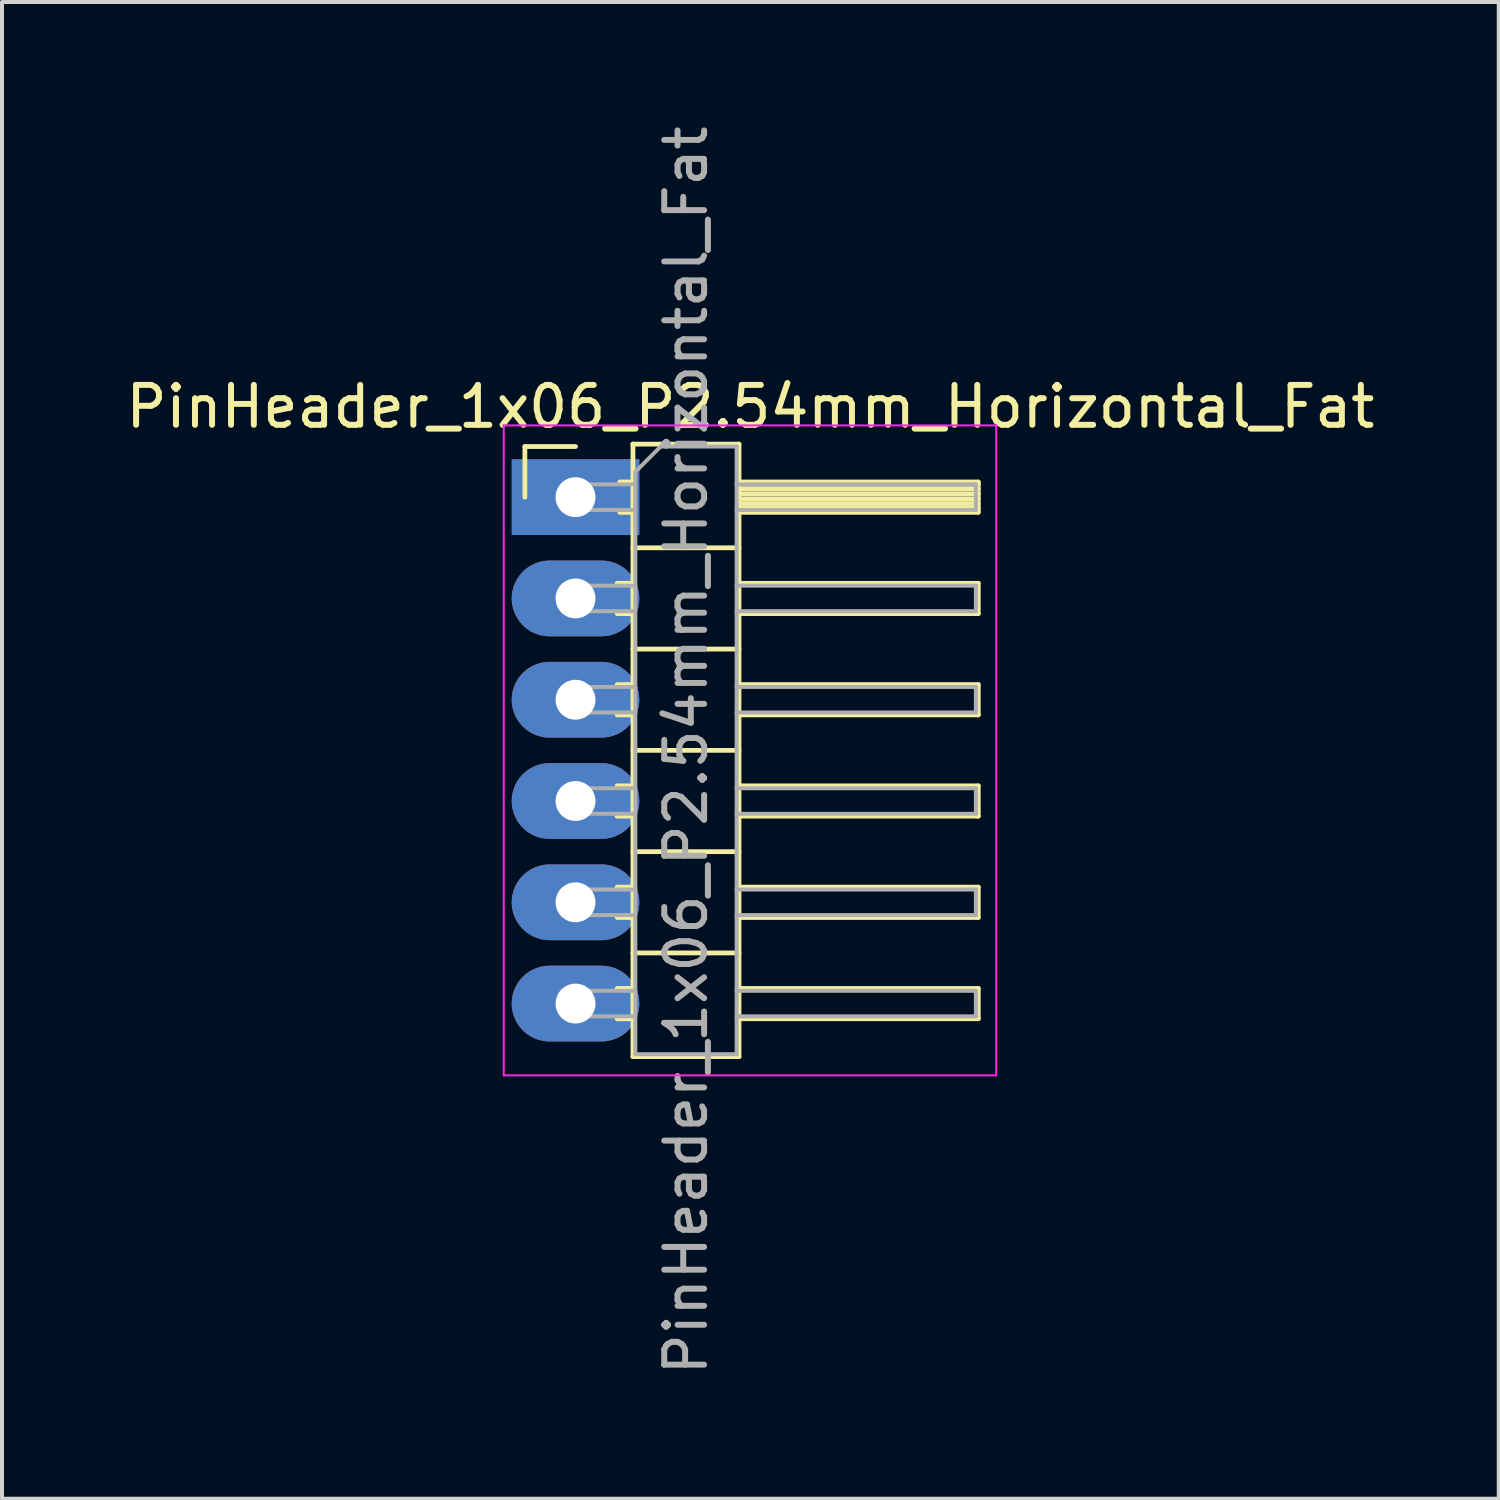
<source format=kicad_pcb>
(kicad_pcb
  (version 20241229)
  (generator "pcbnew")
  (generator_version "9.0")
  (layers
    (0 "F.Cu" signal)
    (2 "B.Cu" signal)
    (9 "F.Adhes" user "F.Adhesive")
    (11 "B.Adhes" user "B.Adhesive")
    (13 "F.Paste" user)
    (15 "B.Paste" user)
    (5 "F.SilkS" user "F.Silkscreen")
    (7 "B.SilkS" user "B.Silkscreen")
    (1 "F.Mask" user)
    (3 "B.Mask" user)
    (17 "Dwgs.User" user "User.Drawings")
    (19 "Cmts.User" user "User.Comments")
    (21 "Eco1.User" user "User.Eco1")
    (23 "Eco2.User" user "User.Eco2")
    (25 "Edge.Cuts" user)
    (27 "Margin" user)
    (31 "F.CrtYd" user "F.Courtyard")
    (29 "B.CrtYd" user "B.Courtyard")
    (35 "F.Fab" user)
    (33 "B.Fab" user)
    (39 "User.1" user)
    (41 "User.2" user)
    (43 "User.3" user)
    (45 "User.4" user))
  (footprint "PinHeader_1x06_P2.54mm_Horizontal_Fat"
    (layer "F.Cu")
    (at 11.383 9.418)
    (property "Reference" "PinHeader_1x06_P2.54mm_Horizontal_Fat" (at 4.385 -2.27 180) (layer "F.SilkS") (effects (font (size 1 1) (thickness 0.15))))
    (attr through_hole)
    (fp_line (start -1.27 -1.27) (end 0 -1.27) (stroke (width 0.12) (type solid)) (layer "F.SilkS"))
    (fp_line (start -1.27 0) (end -1.27 -1.27) (stroke (width 0.12) (type solid)) (layer "F.SilkS"))
    (fp_line (start 1.043 2.16) (end 1.44 2.16) (stroke (width 0.12) (type solid)) (layer "F.SilkS"))
    (fp_line (start 1.043 2.92) (end 1.44 2.92) (stroke (width 0.12) (type solid)) (layer "F.SilkS"))
    (fp_line (start 1.043 4.7) (end 1.44 4.7) (stroke (width 0.12) (type solid)) (layer "F.SilkS"))
    (fp_line (start 1.043 5.46) (end 1.44 5.46) (stroke (width 0.12) (type solid)) (layer "F.SilkS"))
    (fp_line (start 1.043 7.24) (end 1.44 7.24) (stroke (width 0.12) (type solid)) (layer "F.SilkS"))
    (fp_line (start 1.043 8) (end 1.44 8) (stroke (width 0.12) (type solid)) (layer "F.SilkS"))
    (fp_line (start 1.043 9.78) (end 1.44 9.78) (stroke (width 0.12) (type solid)) (layer "F.SilkS"))
    (fp_line (start 1.043 10.54) (end 1.44 10.54) (stroke (width 0.12) (type solid)) (layer "F.SilkS"))
    (fp_line (start 1.043 12.32) (end 1.44 12.32) (stroke (width 0.12) (type solid)) (layer "F.SilkS"))
    (fp_line (start 1.043 13.08) (end 1.44 13.08) (stroke (width 0.12) (type solid)) (layer "F.SilkS"))
    (fp_line (start 1.11 -0.38) (end 1.44 -0.38) (stroke (width 0.12) (type solid)) (layer "F.SilkS"))
    (fp_line (start 1.11 0.38) (end 1.44 0.38) (stroke (width 0.12) (type solid)) (layer "F.SilkS"))
    (fp_line (start 1.44 -1.33) (end 1.44 14.03) (stroke (width 0.12) (type solid)) (layer "F.SilkS"))
    (fp_line (start 1.44 1.27) (end 4.1 1.27) (stroke (width 0.12) (type solid)) (layer "F.SilkS"))
    (fp_line (start 1.44 3.81) (end 4.1 3.81) (stroke (width 0.12) (type solid)) (layer "F.SilkS"))
    (fp_line (start 1.44 6.35) (end 4.1 6.35) (stroke (width 0.12) (type solid)) (layer "F.SilkS"))
    (fp_line (start 1.44 8.89) (end 4.1 8.89) (stroke (width 0.12) (type solid)) (layer "F.SilkS"))
    (fp_line (start 1.44 11.43) (end 4.1 11.43) (stroke (width 0.12) (type solid)) (layer "F.SilkS"))
    (fp_line (start 1.44 14.03) (end 4.1 14.03) (stroke (width 0.12) (type solid)) (layer "F.SilkS"))
    (fp_line (start 4.1 -1.33) (end 1.44 -1.33) (stroke (width 0.12) (type solid)) (layer "F.SilkS"))
    (fp_line (start 4.1 -0.38) (end 10.1 -0.38) (stroke (width 0.12) (type solid)) (layer "F.SilkS"))
    (fp_line (start 4.1 -0.32) (end 10.1 -0.32) (stroke (width 0.12) (type solid)) (layer "F.SilkS"))
    (fp_line (start 4.1 -0.2) (end 10.1 -0.2) (stroke (width 0.12) (type solid)) (layer "F.SilkS"))
    (fp_line (start 4.1 -0.08) (end 10.1 -0.08) (stroke (width 0.12) (type solid)) (layer "F.SilkS"))
    (fp_line (start 4.1 0.04) (end 10.1 0.04) (stroke (width 0.12) (type solid)) (layer "F.SilkS"))
    (fp_line (start 4.1 0.16) (end 10.1 0.16) (stroke (width 0.12) (type solid)) (layer "F.SilkS"))
    (fp_line (start 4.1 0.28) (end 10.1 0.28) (stroke (width 0.12) (type solid)) (layer "F.SilkS"))
    (fp_line (start 4.1 2.16) (end 10.1 2.16) (stroke (width 0.12) (type solid)) (layer "F.SilkS"))
    (fp_line (start 4.1 4.7) (end 10.1 4.7) (stroke (width 0.12) (type solid)) (layer "F.SilkS"))
    (fp_line (start 4.1 7.24) (end 10.1 7.24) (stroke (width 0.12) (type solid)) (layer "F.SilkS"))
    (fp_line (start 4.1 9.78) (end 10.1 9.78) (stroke (width 0.12) (type solid)) (layer "F.SilkS"))
    (fp_line (start 4.1 12.32) (end 10.1 12.32) (stroke (width 0.12) (type solid)) (layer "F.SilkS"))
    (fp_line (start 4.1 14.03) (end 4.1 -1.33) (stroke (width 0.12) (type solid)) (layer "F.SilkS"))
    (fp_line (start 10.1 -0.38) (end 10.1 0.38) (stroke (width 0.12) (type solid)) (layer "F.SilkS"))
    (fp_line (start 10.1 0.38) (end 4.1 0.38) (stroke (width 0.12) (type solid)) (layer "F.SilkS"))
    (fp_line (start 10.1 2.16) (end 10.1 2.92) (stroke (width 0.12) (type solid)) (layer "F.SilkS"))
    (fp_line (start 10.1 2.92) (end 4.1 2.92) (stroke (width 0.12) (type solid)) (layer "F.SilkS"))
    (fp_line (start 10.1 4.7) (end 10.1 5.46) (stroke (width 0.12) (type solid)) (layer "F.SilkS"))
    (fp_line (start 10.1 5.46) (end 4.1 5.46) (stroke (width 0.12) (type solid)) (layer "F.SilkS"))
    (fp_line (start 10.1 7.24) (end 10.1 8) (stroke (width 0.12) (type solid)) (layer "F.SilkS"))
    (fp_line (start 10.1 8) (end 4.1 8) (stroke (width 0.12) (type solid)) (layer "F.SilkS"))
    (fp_line (start 10.1 9.78) (end 10.1 10.54) (stroke (width 0.12) (type solid)) (layer "F.SilkS"))
    (fp_line (start 10.1 10.54) (end 4.1 10.54) (stroke (width 0.12) (type solid)) (layer "F.SilkS"))
    (fp_line (start 10.1 12.32) (end 10.1 13.08) (stroke (width 0.12) (type solid)) (layer "F.SilkS"))
    (fp_line (start 10.1 13.08) (end 4.1 13.08) (stroke (width 0.12) (type solid)) (layer "F.SilkS"))
    (fp_line (start -1.8 -1.8) (end -1.8 14.5) (stroke (width 0.05) (type solid)) (layer "F.CrtYd"))
    (fp_line (start -1.8 14.5) (end 10.55 14.5) (stroke (width 0.05) (type solid)) (layer "F.CrtYd"))
    (fp_line (start 10.55 -1.8) (end -1.8 -1.8) (stroke (width 0.05) (type solid)) (layer "F.CrtYd"))
    (fp_line (start 10.55 14.5) (end 10.55 -1.8) (stroke (width 0.05) (type solid)) (layer "F.CrtYd"))
    (fp_line (start -0.32 -0.32) (end -0.32 0.32) (stroke (width 0.1) (type solid)) (layer "F.Fab"))
    (fp_line (start -0.32 -0.32) (end 1.5 -0.32) (stroke (width 0.1) (type solid)) (layer "F.Fab"))
    (fp_line (start -0.32 0.32) (end 1.5 0.32) (stroke (width 0.1) (type solid)) (layer "F.Fab"))
    (fp_line (start -0.32 2.22) (end -0.32 2.86) (stroke (width 0.1) (type solid)) (layer "F.Fab"))
    (fp_line (start -0.32 2.22) (end 1.5 2.22) (stroke (width 0.1) (type solid)) (layer "F.Fab"))
    (fp_line (start -0.32 2.86) (end 1.5 2.86) (stroke (width 0.1) (type solid)) (layer "F.Fab"))
    (fp_line (start -0.32 4.76) (end -0.32 5.4) (stroke (width 0.1) (type solid)) (layer "F.Fab"))
    (fp_line (start -0.32 4.76) (end 1.5 4.76) (stroke (width 0.1) (type solid)) (layer "F.Fab"))
    (fp_line (start -0.32 5.4) (end 1.5 5.4) (stroke (width 0.1) (type solid)) (layer "F.Fab"))
    (fp_line (start -0.32 7.3) (end -0.32 7.94) (stroke (width 0.1) (type solid)) (layer "F.Fab"))
    (fp_line (start -0.32 7.3) (end 1.5 7.3) (stroke (width 0.1) (type solid)) (layer "F.Fab"))
    (fp_line (start -0.32 7.94) (end 1.5 7.94) (stroke (width 0.1) (type solid)) (layer "F.Fab"))
    (fp_line (start -0.32 9.84) (end -0.32 10.48) (stroke (width 0.1) (type solid)) (layer "F.Fab"))
    (fp_line (start -0.32 9.84) (end 1.5 9.84) (stroke (width 0.1) (type solid)) (layer "F.Fab"))
    (fp_line (start -0.32 10.48) (end 1.5 10.48) (stroke (width 0.1) (type solid)) (layer "F.Fab"))
    (fp_line (start -0.32 12.38) (end -0.32 13.02) (stroke (width 0.1) (type solid)) (layer "F.Fab"))
    (fp_line (start -0.32 12.38) (end 1.5 12.38) (stroke (width 0.1) (type solid)) (layer "F.Fab"))
    (fp_line (start -0.32 13.02) (end 1.5 13.02) (stroke (width 0.1) (type solid)) (layer "F.Fab"))
    (fp_line (start 1.5 -0.635) (end 2.135 -1.27) (stroke (width 0.1) (type solid)) (layer "F.Fab"))
    (fp_line (start 1.5 13.97) (end 1.5 -0.635) (stroke (width 0.1) (type solid)) (layer "F.Fab"))
    (fp_line (start 2.135 -1.27) (end 4.04 -1.27) (stroke (width 0.1) (type solid)) (layer "F.Fab"))
    (fp_line (start 4.04 -1.27) (end 4.04 13.97) (stroke (width 0.1) (type solid)) (layer "F.Fab"))
    (fp_line (start 4.04 -0.32) (end 10.04 -0.32) (stroke (width 0.1) (type solid)) (layer "F.Fab"))
    (fp_line (start 4.04 0.32) (end 10.04 0.32) (stroke (width 0.1) (type solid)) (layer "F.Fab"))
    (fp_line (start 4.04 2.22) (end 10.04 2.22) (stroke (width 0.1) (type solid)) (layer "F.Fab"))
    (fp_line (start 4.04 2.86) (end 10.04 2.86) (stroke (width 0.1) (type solid)) (layer "F.Fab"))
    (fp_line (start 4.04 4.76) (end 10.04 4.76) (stroke (width 0.1) (type solid)) (layer "F.Fab"))
    (fp_line (start 4.04 5.4) (end 10.04 5.4) (stroke (width 0.1) (type solid)) (layer "F.Fab"))
    (fp_line (start 4.04 7.3) (end 10.04 7.3) (stroke (width 0.1) (type solid)) (layer "F.Fab"))
    (fp_line (start 4.04 7.94) (end 10.04 7.94) (stroke (width 0.1) (type solid)) (layer "F.Fab"))
    (fp_line (start 4.04 9.84) (end 10.04 9.84) (stroke (width 0.1) (type solid)) (layer "F.Fab"))
    (fp_line (start 4.04 10.48) (end 10.04 10.48) (stroke (width 0.1) (type solid)) (layer "F.Fab"))
    (fp_line (start 4.04 12.38) (end 10.04 12.38) (stroke (width 0.1) (type solid)) (layer "F.Fab"))
    (fp_line (start 4.04 13.02) (end 10.04 13.02) (stroke (width 0.1) (type solid)) (layer "F.Fab"))
    (fp_line (start 4.04 13.97) (end 1.5 13.97) (stroke (width 0.1) (type solid)) (layer "F.Fab"))
    (fp_line (start 10.04 -0.32) (end 10.04 0.32) (stroke (width 0.1) (type solid)) (layer "F.Fab"))
    (fp_line (start 10.04 2.22) (end 10.04 2.86) (stroke (width 0.1) (type solid)) (layer "F.Fab"))
    (fp_line (start 10.04 4.76) (end 10.04 5.4) (stroke (width 0.1) (type solid)) (layer "F.Fab"))
    (fp_line (start 10.04 7.3) (end 10.04 7.94) (stroke (width 0.1) (type solid)) (layer "F.Fab"))
    (fp_line (start 10.04 9.84) (end 10.04 10.48) (stroke (width 0.1) (type solid)) (layer "F.Fab"))
    (fp_line (start 10.04 12.38) (end 10.04 13.02) (stroke (width 0.1) (type solid)) (layer "F.Fab"))
    (fp_text user "${REFERENCE}" (at 2.77 6.35 270) (layer "F.Fab") (effects (font (size 1 1) (thickness 0.15))))
    (pad "1" thru_hole rect (at 0 0) (size 3.2 1.9) (drill 1) (layers "*.Cu" "*.Mask"))
    (pad "2" thru_hole oval (at 0 2.54) (size 3.2 1.9) (drill 1) (layers "*.Cu" "*.Mask"))
    (pad "3" thru_hole oval (at 0 5.08) (size 3.2 1.9) (drill 1) (layers "*.Cu" "*.Mask"))
    (pad "4" thru_hole oval (at 0 7.62) (size 3.2 1.9) (drill 1) (layers "*.Cu" "*.Mask"))
    (pad "5" thru_hole oval (at 0 10.16) (size 3.2 1.9) (drill 1) (layers "*.Cu" "*.Mask"))
    (pad "6" thru_hole oval (at 0 12.7) (size 3.2 1.9) (drill 1) (layers "*.Cu" "*.Mask")))
  (gr_rect
    (start -3 -3)
    (end 34.536 34.536)
    (stroke (width 0.1) (type default))
    (fill no)
    (layer "Edge.Cuts")))
</source>
